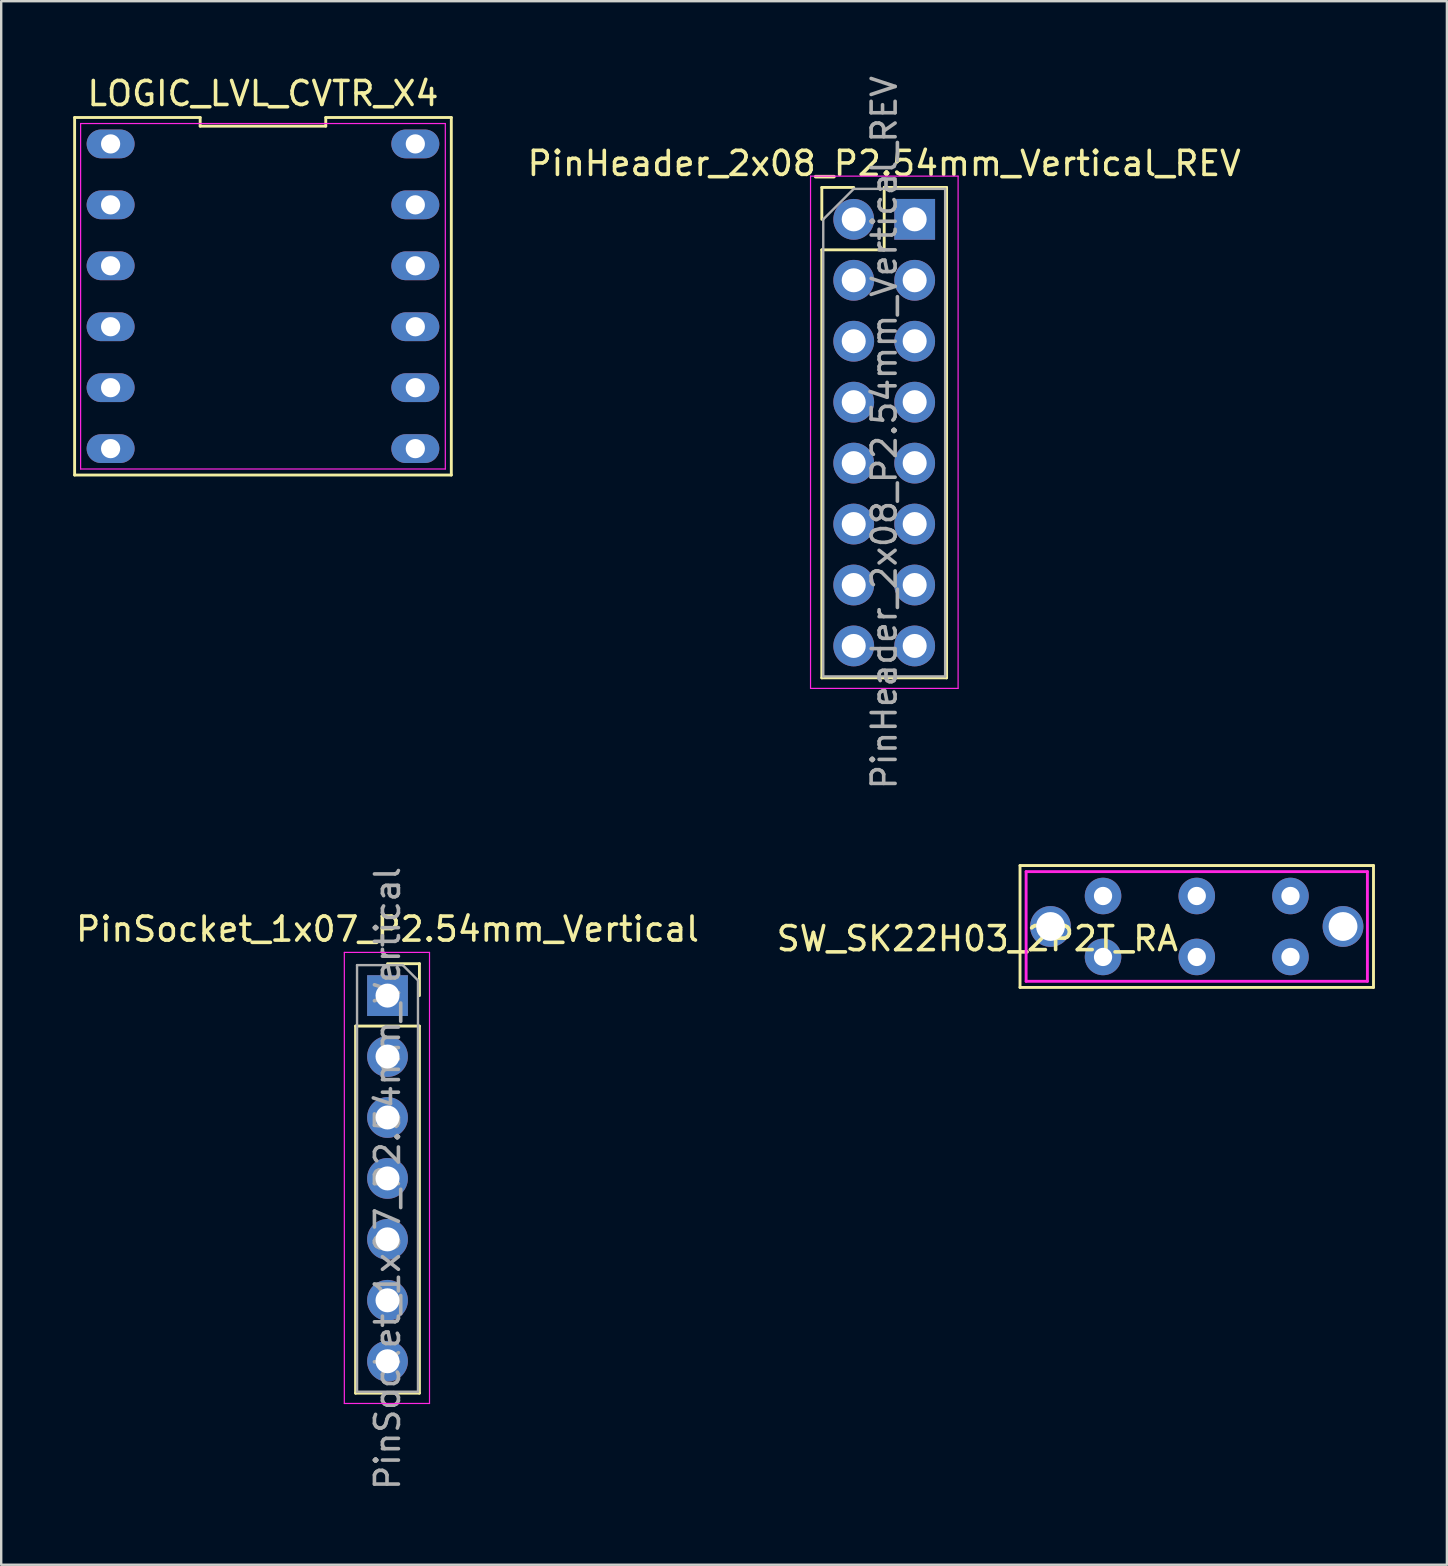
<source format=kicad_pcb>
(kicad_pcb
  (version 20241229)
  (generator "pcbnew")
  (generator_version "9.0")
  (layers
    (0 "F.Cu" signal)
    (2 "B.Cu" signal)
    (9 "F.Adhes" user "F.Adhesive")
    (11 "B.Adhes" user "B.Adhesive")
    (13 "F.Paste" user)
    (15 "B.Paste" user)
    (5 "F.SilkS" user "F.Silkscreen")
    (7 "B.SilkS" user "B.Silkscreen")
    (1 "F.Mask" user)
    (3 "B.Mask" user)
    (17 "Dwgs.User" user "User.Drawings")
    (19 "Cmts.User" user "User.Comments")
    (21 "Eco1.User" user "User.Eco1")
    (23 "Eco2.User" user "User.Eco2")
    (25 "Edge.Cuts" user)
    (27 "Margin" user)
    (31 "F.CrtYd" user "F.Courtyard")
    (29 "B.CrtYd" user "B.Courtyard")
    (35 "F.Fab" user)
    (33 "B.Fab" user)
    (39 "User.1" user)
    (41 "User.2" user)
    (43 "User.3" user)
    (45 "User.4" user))
  (footprint "LOGIC_LVL_CVTR_X4"
    (layer "F.Cu")
    (at 0.29 16.918)
    (property "Reference" "LOGIC_LVL_CVTR_X4" (at 7.62 -16.07 0) (layer "F.SilkS") (effects (font (size 1 1) (thickness 0.15))))
    (attr through_hole)
    (fp_line (start -0.23 -15.07) (end -0.23 -0.17) (stroke (width 0.12) (type solid)) (layer "F.SilkS"))
    (fp_line (start -0.23 -0.17) (end 15.47 -0.17) (stroke (width 0.12) (type solid)) (layer "F.SilkS"))
    (fp_line (start 5.003 -15.07) (end -0.23 -15.07) (stroke (width 0.12) (type solid)) (layer "F.SilkS"))
    (fp_line (start 5.003 -14.71) (end 5.003 -15.07) (stroke (width 0.12) (type solid)) (layer "F.SilkS"))
    (fp_line (start 10.237 -15.07) (end 10.237 -14.71) (stroke (width 0.12) (type solid)) (layer "F.SilkS"))
    (fp_line (start 10.237 -14.71) (end 5.003 -14.71) (stroke (width 0.12) (type solid)) (layer "F.SilkS"))
    (fp_line (start 15.47 -15.07) (end 10.237 -15.07) (stroke (width 0.12) (type solid)) (layer "F.SilkS"))
    (fp_line (start 15.47 -0.17) (end 15.47 -15.07) (stroke (width 0.12) (type solid)) (layer "F.SilkS"))
    (fp_line (start 0.02 -14.82) (end 15.22 -14.82) (stroke (width 0.05) (type solid)) (layer "F.CrtYd"))
    (fp_line (start 0.02 -0.42) (end 0.02 -14.82) (stroke (width 0.05) (type solid)) (layer "F.CrtYd"))
    (fp_line (start 15.22 -14.82) (end 15.22 -0.42) (stroke (width 0.05) (type solid)) (layer "F.CrtYd"))
    (fp_line (start 15.22 -0.42) (end 0.02 -0.42) (stroke (width 0.05) (type solid)) (layer "F.CrtYd"))
    (pad "1" thru_hole oval (at 1.27 -13.97 270) (size 1.2 2) (drill 0.8) (layers "*.Cu" "*.Mask"))
    (pad "2" thru_hole oval (at 1.27 -11.43 270) (size 1.2 2) (drill 0.8) (layers "*.Cu" "*.Mask"))
    (pad "3" thru_hole oval (at 1.27 -8.89 270) (size 1.2 2) (drill 0.8) (layers "*.Cu" "*.Mask"))
    (pad "4" thru_hole oval (at 1.27 -6.35 270) (size 1.2 2) (drill 0.8) (layers "*.Cu" "*.Mask"))
    (pad "5" thru_hole oval (at 1.27 -3.81 270) (size 1.2 2) (drill 0.8) (layers "*.Cu" "*.Mask"))
    (pad "6" thru_hole oval (at 1.27 -1.27 270) (size 1.2 2) (drill 0.8) (layers "*.Cu" "*.Mask"))
    (pad "7" thru_hole oval (at 13.97 -1.27 270) (size 1.2 2) (drill 0.8) (layers "*.Cu" "*.Mask"))
    (pad "8" thru_hole oval (at 13.97 -3.81 270) (size 1.2 2) (drill 0.8) (layers "*.Cu" "*.Mask"))
    (pad "9" thru_hole oval (at 13.97 -6.35 270) (size 1.2 2) (drill 0.8) (layers "*.Cu" "*.Mask"))
    (pad "10" thru_hole oval (at 13.97 -8.89 270) (size 1.2 2) (drill 0.8) (layers "*.Cu" "*.Mask"))
    (pad "11" thru_hole oval (at 13.97 -11.43 270) (size 1.2 2) (drill 0.8) (layers "*.Cu" "*.Mask"))
    (pad "12" thru_hole oval (at 13.97 -13.97 270) (size 1.2 2) (drill 0.8) (layers "*.Cu" "*.Mask")))
  (footprint "PinSocket_1x07_P2.54mm_Vertical"
    (layer "F.Cu")
    (at 13.101 38.445)
    (property "Reference" "PinSocket_1x07_P2.54mm_Vertical" (at 0 -2.77 0) (layer "F.SilkS") (effects (font (size 1 1) (thickness 0.15))))
    (attr through_hole)
    (fp_line (start -1.33 1.27) (end -1.33 16.57) (stroke (width 0.12) (type solid)) (layer "F.SilkS"))
    (fp_line (start -1.33 1.27) (end 1.33 1.27) (stroke (width 0.12) (type solid)) (layer "F.SilkS"))
    (fp_line (start -1.33 16.57) (end 1.33 16.57) (stroke (width 0.12) (type solid)) (layer "F.SilkS"))
    (fp_line (start 0 -1.33) (end 1.33 -1.33) (stroke (width 0.12) (type solid)) (layer "F.SilkS"))
    (fp_line (start 1.33 -1.33) (end 1.33 0) (stroke (width 0.12) (type solid)) (layer "F.SilkS"))
    (fp_line (start 1.33 1.27) (end 1.33 16.57) (stroke (width 0.12) (type solid)) (layer "F.SilkS"))
    (fp_line (start -1.8 -1.8) (end 1.75 -1.8) (stroke (width 0.05) (type solid)) (layer "F.CrtYd"))
    (fp_line (start -1.8 17) (end -1.8 -1.8) (stroke (width 0.05) (type solid)) (layer "F.CrtYd"))
    (fp_line (start 1.75 -1.8) (end 1.75 17) (stroke (width 0.05) (type solid)) (layer "F.CrtYd"))
    (fp_line (start 1.75 17) (end -1.8 17) (stroke (width 0.05) (type solid)) (layer "F.CrtYd"))
    (fp_line (start -1.27 -1.27) (end 0.635 -1.27) (stroke (width 0.1) (type solid)) (layer "F.Fab"))
    (fp_line (start -1.27 16.51) (end -1.27 -1.27) (stroke (width 0.1) (type solid)) (layer "F.Fab"))
    (fp_line (start 0.635 -1.27) (end 1.27 -0.635) (stroke (width 0.1) (type solid)) (layer "F.Fab"))
    (fp_line (start 1.27 -0.635) (end 1.27 16.51) (stroke (width 0.1) (type solid)) (layer "F.Fab"))
    (fp_line (start 1.27 16.51) (end -1.27 16.51) (stroke (width 0.1) (type solid)) (layer "F.Fab"))
    (fp_text user "${REFERENCE}" (at 0 7.62 270) (layer "F.Fab") (effects (font (size 1 1) (thickness 0.15))))
    (pad "1" thru_hole rect (at 0 0) (size 1.7 1.7) (drill 1) (layers "*.Cu" "*.Mask"))
    (pad "2" thru_hole oval (at 0 2.54) (size 1.7 1.7) (drill 1) (layers "*.Cu" "*.Mask"))
    (pad "3" thru_hole oval (at 0 5.08) (size 1.7 1.7) (drill 1) (layers "*.Cu" "*.Mask"))
    (pad "4" thru_hole oval (at 0 7.62) (size 1.7 1.7) (drill 1) (layers "*.Cu" "*.Mask"))
    (pad "5" thru_hole oval (at 0 10.16) (size 1.7 1.7) (drill 1) (layers "*.Cu" "*.Mask"))
    (pad "6" thru_hole oval (at 0 12.7) (size 1.7 1.7) (drill 1) (layers "*.Cu" "*.Mask"))
    (pad "7" thru_hole oval (at 0 15.24) (size 1.7 1.7) (drill 1) (layers "*.Cu" "*.Mask")))
  (footprint "PinHeader_2x08_P2.54mm_Vertical_REV"
    (layer "F.Cu")
    (at 32.532 6.092)
    (property "Reference" "PinHeader_2x08_P2.54mm_Vertical_REV" (at 1.27 -2.33 0) (layer "F.SilkS") (effects (font (size 1 1) (thickness 0.15))))
    (attr through_hole)
    (fp_line (start -1.33 -1.33) (end 0 -1.33) (stroke (width 0.12) (type solid)) (layer "F.SilkS"))
    (fp_line (start -1.33 0) (end -1.33 -1.33) (stroke (width 0.12) (type solid)) (layer "F.SilkS"))
    (fp_line (start -1.33 1.27) (end -1.33 19.11) (stroke (width 0.12) (type solid)) (layer "F.SilkS"))
    (fp_line (start -1.33 1.27) (end 1.27 1.27) (stroke (width 0.12) (type solid)) (layer "F.SilkS"))
    (fp_line (start -1.33 19.11) (end 3.87 19.11) (stroke (width 0.12) (type solid)) (layer "F.SilkS"))
    (fp_line (start 1.27 -1.33) (end 3.87 -1.33) (stroke (width 0.12) (type solid)) (layer "F.SilkS"))
    (fp_line (start 1.27 1.27) (end 1.27 -1.33) (stroke (width 0.12) (type solid)) (layer "F.SilkS"))
    (fp_line (start 3.87 -1.33) (end 3.87 19.11) (stroke (width 0.12) (type solid)) (layer "F.SilkS"))
    (fp_line (start -1.8 -1.8) (end -1.8 19.55) (stroke (width 0.05) (type solid)) (layer "F.CrtYd"))
    (fp_line (start -1.8 19.55) (end 4.35 19.55) (stroke (width 0.05) (type solid)) (layer "F.CrtYd"))
    (fp_line (start 4.35 -1.8) (end -1.8 -1.8) (stroke (width 0.05) (type solid)) (layer "F.CrtYd"))
    (fp_line (start 4.35 19.55) (end 4.35 -1.8) (stroke (width 0.05) (type solid)) (layer "F.CrtYd"))
    (fp_line (start -1.27 0) (end 0 -1.27) (stroke (width 0.1) (type solid)) (layer "F.Fab"))
    (fp_line (start -1.27 19.05) (end -1.27 0) (stroke (width 0.1) (type solid)) (layer "F.Fab"))
    (fp_line (start 0 -1.27) (end 3.81 -1.27) (stroke (width 0.1) (type solid)) (layer "F.Fab"))
    (fp_line (start 3.81 -1.27) (end 3.81 19.05) (stroke (width 0.1) (type solid)) (layer "F.Fab"))
    (fp_line (start 3.81 19.05) (end -1.27 19.05) (stroke (width 0.1) (type solid)) (layer "F.Fab"))
    (fp_text user "${REFERENCE}" (at 1.27 8.89 90) (layer "F.Fab") (effects (font (size 1 1) (thickness 0.15))))
    (pad "1" thru_hole rect (at 2.54 0) (size 1.7 1.7) (drill 1) (layers "*.Cu" "*.Mask"))
    (pad "2" thru_hole circle (at 0 0) (size 1.7 1.7) (drill 1) (layers "*.Cu" "*.Mask"))
    (pad "3" thru_hole oval (at 2.54 2.54) (size 1.7 1.7) (drill 1) (layers "*.Cu" "*.Mask"))
    (pad "4" thru_hole oval (at 0 2.54) (size 1.7 1.7) (drill 1) (layers "*.Cu" "*.Mask"))
    (pad "5" thru_hole oval (at 2.54 5.08) (size 1.7 1.7) (drill 1) (layers "*.Cu" "*.Mask"))
    (pad "6" thru_hole oval (at 0 5.08) (size 1.7 1.7) (drill 1) (layers "*.Cu" "*.Mask"))
    (pad "7" thru_hole oval (at 2.54 7.62) (size 1.7 1.7) (drill 1) (layers "*.Cu" "*.Mask"))
    (pad "8" thru_hole oval (at 0 7.62) (size 1.7 1.7) (drill 1) (layers "*.Cu" "*.Mask"))
    (pad "9" thru_hole oval (at 2.54 10.16) (size 1.7 1.7) (drill 1) (layers "*.Cu" "*.Mask"))
    (pad "10" thru_hole oval (at 0 10.16) (size 1.7 1.7) (drill 1) (layers "*.Cu" "*.Mask"))
    (pad "11" thru_hole oval (at 2.54 12.7) (size 1.7 1.7) (drill 1) (layers "*.Cu" "*.Mask"))
    (pad "12" thru_hole oval (at 0 12.7) (size 1.7 1.7) (drill 1) (layers "*.Cu" "*.Mask"))
    (pad "13" thru_hole oval (at 2.54 15.24) (size 1.7 1.7) (drill 1) (layers "*.Cu" "*.Mask"))
    (pad "14" thru_hole oval (at 0 15.24) (size 1.7 1.7) (drill 1) (layers "*.Cu" "*.Mask"))
    (pad "15" thru_hole oval (at 2.54 17.78) (size 1.7 1.7) (drill 1) (layers "*.Cu" "*.Mask"))
    (pad "16" thru_hole oval (at 0 17.78) (size 1.7 1.7) (drill 1) (layers "*.Cu" "*.Mask")))
  (footprint "SW_SK22H03_2P2T_RA"
    (layer "F.Cu")
    (at 39.463 38.104)
    (property "Reference" "SW_SK22H03_2P2T_RA" (at -1.778 -2.032 0) (layer "F.SilkS") (effects (font (size 1 1) (thickness 0.15))))
    (attr through_hole)
    (fp_line (start 0 -5.08) (end 0 0) (stroke (width 0.12) (type solid)) (layer "F.SilkS"))
    (fp_line (start 0 0) (end 14.732 0) (stroke (width 0.12) (type solid)) (layer "F.SilkS"))
    (fp_line (start 14.732 -5.08) (end 0 -5.08) (stroke (width 0.12) (type solid)) (layer "F.SilkS"))
    (fp_line (start 14.732 0) (end 14.732 -5.08) (stroke (width 0.12) (type solid)) (layer "F.SilkS"))
    (fp_line (start 0.254 -4.826) (end 0.254 -0.254) (stroke (width 0.12) (type solid)) (layer "F.CrtYd"))
    (fp_line (start 0.254 -0.254) (end 14.478 -0.254) (stroke (width 0.12) (type solid)) (layer "F.CrtYd"))
    (fp_line (start 14.478 -4.826) (end 0.254 -4.826) (stroke (width 0.12) (type solid)) (layer "F.CrtYd"))
    (fp_line (start 14.478 -0.254) (end 14.478 -4.826) (stroke (width 0.12) (type solid)) (layer "F.CrtYd"))
    (pad "" np_thru_hole circle (at 1.27 -2.54) (size 1.7 1.7) (drill 1.2) (layers "*.Cu" "*.Mask"))
    (pad "" np_thru_hole circle (at 13.462 -2.54) (size 1.7 1.7) (drill 1.2) (layers "*.Cu" "*.Mask"))
    (pad "1" thru_hole circle (at 3.46 -3.81) (size 1.524 1.524) (drill 0.762) (layers "*.Cu" "*.Mask"))
    (pad "2" thru_hole circle (at 7.366 -3.81) (size 1.524 1.524) (drill 0.762) (layers "*.Cu" "*.Mask"))
    (pad "3" thru_hole circle (at 11.272 -3.81) (size 1.524 1.524) (drill 0.762) (layers "*.Cu" "*.Mask"))
    (pad "4" thru_hole circle (at 3.46 -1.27) (size 1.524 1.524) (drill 0.762) (layers "*.Cu" "*.Mask"))
    (pad "5" thru_hole circle (at 7.366 -1.27) (size 1.524 1.524) (drill 0.762) (layers "*.Cu" "*.Mask"))
    (pad "6" thru_hole circle (at 11.272 -1.27) (size 1.524 1.524) (drill 0.762) (layers "*.Cu" "*.Mask")))
  (gr_rect
    (start -3 -3)
    (end 57.255 62.167)
    (stroke (width 0.1) (type default))
    (fill no)
    (layer "Edge.Cuts")))
</source>
